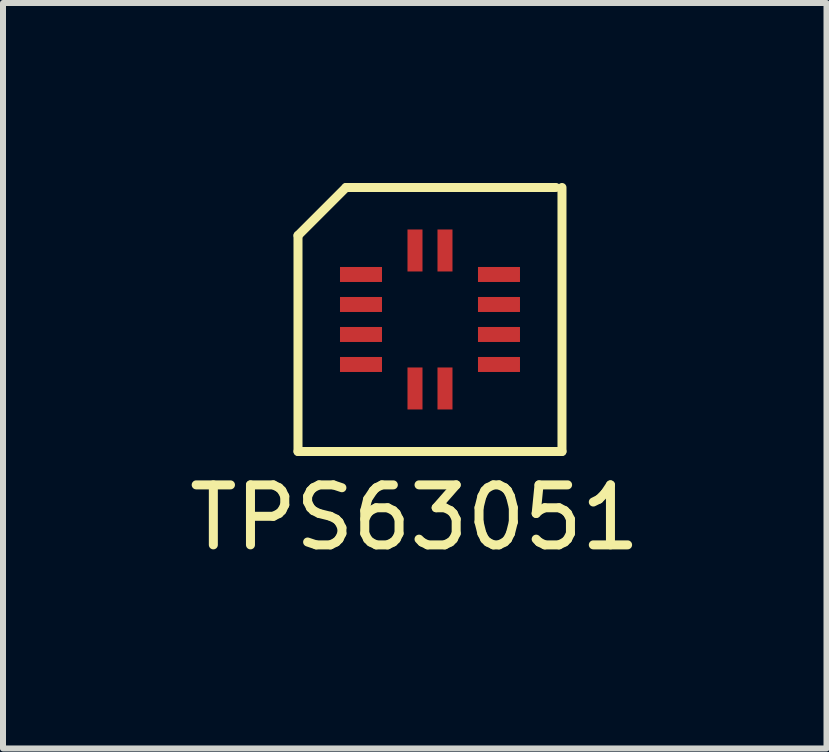
<source format=kicad_pcb>
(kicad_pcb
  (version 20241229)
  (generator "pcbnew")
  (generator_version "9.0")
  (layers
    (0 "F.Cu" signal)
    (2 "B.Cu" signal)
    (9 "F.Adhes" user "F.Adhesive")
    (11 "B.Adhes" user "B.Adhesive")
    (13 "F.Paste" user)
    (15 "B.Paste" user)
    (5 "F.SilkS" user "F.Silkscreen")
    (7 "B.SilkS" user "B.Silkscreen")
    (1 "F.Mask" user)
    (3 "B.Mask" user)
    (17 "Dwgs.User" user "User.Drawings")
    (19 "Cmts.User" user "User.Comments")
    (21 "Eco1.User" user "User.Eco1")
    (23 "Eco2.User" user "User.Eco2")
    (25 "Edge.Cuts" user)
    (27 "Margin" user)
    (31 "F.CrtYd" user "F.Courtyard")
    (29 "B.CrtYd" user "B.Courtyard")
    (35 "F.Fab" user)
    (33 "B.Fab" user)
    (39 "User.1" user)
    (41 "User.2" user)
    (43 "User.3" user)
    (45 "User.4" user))
  (footprint "TPS63051"
    (layer "F.Cu")
    (at 4.117 2.275)
    (property "Reference" "TPS63051" (at -0.254 3.302 0) (layer "F.SilkS") (effects (font (size 1 1) (thickness 0.15))))
    (attr through_hole)
    (fp_line (start -2.2 -1.4) (end -1.4 -2.2) (stroke (width 0.15) (type solid)) (layer "F.SilkS"))
    (fp_line (start -2.2 2.2) (end -2.2 -1.4) (stroke (width 0.15) (type solid)) (layer "F.SilkS"))
    (fp_line (start -1.4 -2.2) (end 2.1 -2.2) (stroke (width 0.15) (type solid)) (layer "F.SilkS"))
    (fp_line (start 2.2 -2.2) (end 2.2 2.2) (stroke (width 0.15) (type solid)) (layer "F.SilkS"))
    (fp_line (start 2.2 2.2) (end -2.2 2.2) (stroke (width 0.15) (type solid)) (layer "F.SilkS"))
    (pad "1" smd rect (at -1.15 -0.75 90) (size 0.25 0.7) (layers "F.Cu" "F.Mask" "F.Paste"))
    (pad "2" smd rect (at -1.15 -0.25 90) (size 0.25 0.7) (layers "F.Cu" "F.Mask" "F.Paste"))
    (pad "3" smd rect (at -1.15 0.25 90) (size 0.25 0.7) (layers "F.Cu" "F.Mask" "F.Paste"))
    (pad "4" smd rect (at -1.15 0.75 90) (size 0.25 0.7) (layers "F.Cu" "F.Mask" "F.Paste"))
    (pad "5" smd rect (at -0.25 1.15) (size 0.25 0.7) (layers "F.Cu" "F.Mask" "F.Paste"))
    (pad "6" smd rect (at 0.25 1.15) (size 0.25 0.7) (layers "F.Cu" "F.Mask" "F.Paste"))
    (pad "7" smd rect (at 1.15 0.75 270) (size 0.25 0.7) (layers "F.Cu" "F.Mask" "F.Paste"))
    (pad "8" smd rect (at 1.15 0.25 270) (size 0.25 0.7) (layers "F.Cu" "F.Mask" "F.Paste"))
    (pad "9" smd rect (at 1.15 -0.25 270) (size 0.25 0.7) (layers "F.Cu" "F.Mask" "F.Paste"))
    (pad "10" smd rect (at 1.15 -0.75 270) (size 0.25 0.7) (layers "F.Cu" "F.Mask" "F.Paste"))
    (pad "11" smd rect (at 0.25 -1.15) (size 0.25 0.7) (layers "F.Cu" "F.Mask" "F.Paste"))
    (pad "12" smd rect (at -0.25 -1.15) (size 0.25 0.7) (layers "F.Cu" "F.Mask" "F.Paste")))
  (gr_rect
    (start -3 -3)
    (end 10.726 9.425)
    (stroke (width 0.1) (type default))
    (fill no)
    (layer "Edge.Cuts")))
</source>
